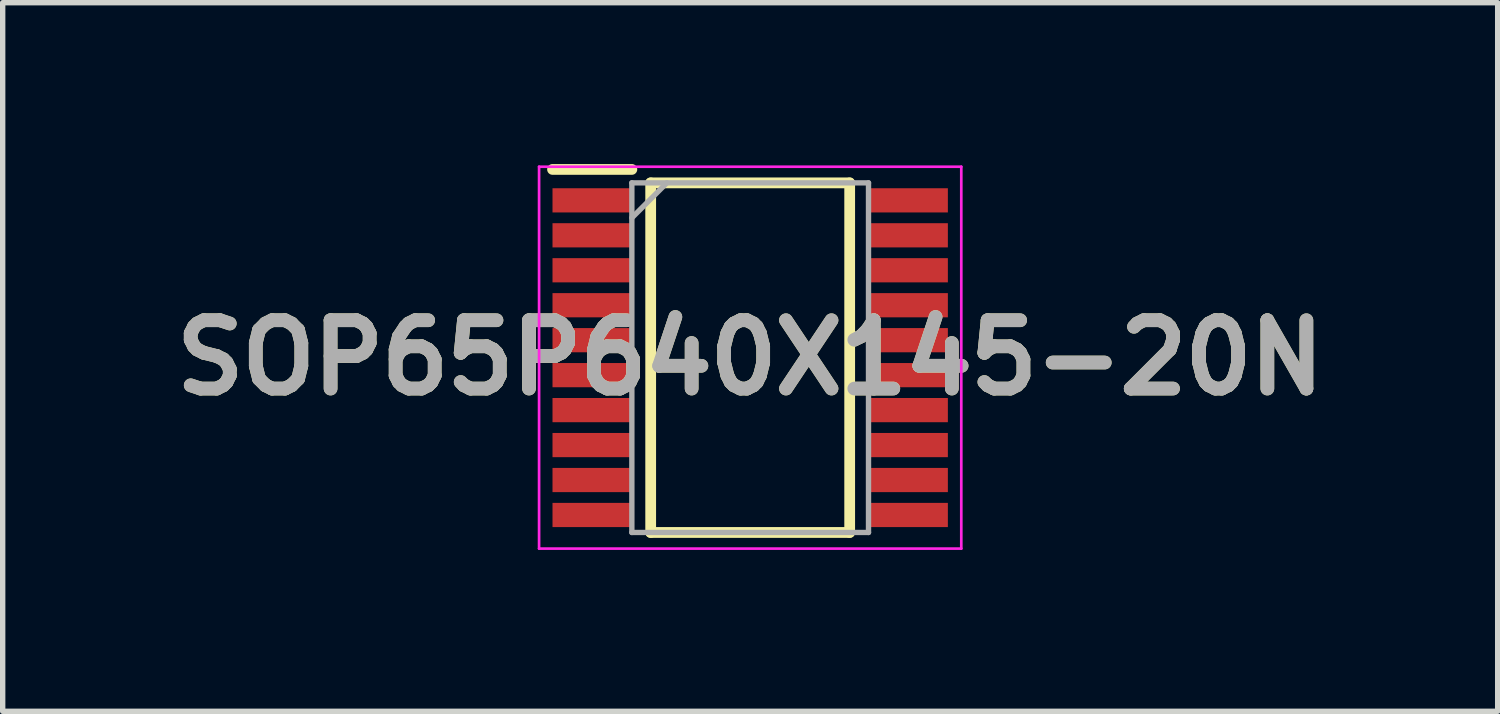
<source format=kicad_pcb>
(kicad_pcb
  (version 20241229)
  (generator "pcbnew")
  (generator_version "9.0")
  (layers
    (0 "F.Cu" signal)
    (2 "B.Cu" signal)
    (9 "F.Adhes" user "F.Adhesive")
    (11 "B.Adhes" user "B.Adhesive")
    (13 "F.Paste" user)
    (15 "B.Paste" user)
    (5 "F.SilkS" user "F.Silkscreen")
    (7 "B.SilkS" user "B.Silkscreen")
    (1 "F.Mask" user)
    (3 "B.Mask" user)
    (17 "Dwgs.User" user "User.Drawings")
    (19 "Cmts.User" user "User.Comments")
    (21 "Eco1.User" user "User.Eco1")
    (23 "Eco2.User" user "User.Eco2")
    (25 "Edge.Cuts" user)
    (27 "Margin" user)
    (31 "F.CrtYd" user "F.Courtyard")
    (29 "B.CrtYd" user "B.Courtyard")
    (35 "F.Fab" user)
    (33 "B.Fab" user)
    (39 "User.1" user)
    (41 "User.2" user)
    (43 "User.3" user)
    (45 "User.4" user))
  (footprint "SOP65P640X145-20N"
    (layer "F.Cu")
    (at 10.898 3.6)
    (property "Reference" "SOP65P640X145-20N" (at 0 0 0) (layer "F.SilkS") (effects (font (size 1.27 1.27) (thickness 0.254))))
    (attr smd)
    (fp_line (start -3.675 -3.5) (end -2.2 -3.5) (stroke (width 0.2) (type solid)) (layer "F.SilkS"))
    (fp_line (start -1.85 -3.25) (end 1.85 -3.25) (stroke (width 0.2) (type solid)) (layer "F.SilkS"))
    (fp_line (start -1.85 3.25) (end -1.85 -3.25) (stroke (width 0.2) (type solid)) (layer "F.SilkS"))
    (fp_line (start 1.85 -3.25) (end 1.85 3.25) (stroke (width 0.2) (type solid)) (layer "F.SilkS"))
    (fp_line (start 1.85 3.25) (end -1.85 3.25) (stroke (width 0.2) (type solid)) (layer "F.SilkS"))
    (fp_line (start -3.925 -3.55) (end 3.925 -3.55) (stroke (width 0.05) (type solid)) (layer "F.CrtYd"))
    (fp_line (start -3.925 3.55) (end -3.925 -3.55) (stroke (width 0.05) (type solid)) (layer "F.CrtYd"))
    (fp_line (start 3.925 -3.55) (end 3.925 3.55) (stroke (width 0.05) (type solid)) (layer "F.CrtYd"))
    (fp_line (start 3.925 3.55) (end -3.925 3.55) (stroke (width 0.05) (type solid)) (layer "F.CrtYd"))
    (fp_line (start -2.2 -3.25) (end 2.2 -3.25) (stroke (width 0.1) (type solid)) (layer "F.Fab"))
    (fp_line (start -2.2 -2.6) (end -1.55 -3.25) (stroke (width 0.1) (type solid)) (layer "F.Fab"))
    (fp_line (start -2.2 3.25) (end -2.2 -3.25) (stroke (width 0.1) (type solid)) (layer "F.Fab"))
    (fp_line (start 2.2 -3.25) (end 2.2 3.25) (stroke (width 0.1) (type solid)) (layer "F.Fab"))
    (fp_line (start 2.2 3.25) (end -2.2 3.25) (stroke (width 0.1) (type solid)) (layer "F.Fab"))
    (fp_text user "${REFERENCE}" (at 0 0 0) (layer "F.Fab") (effects (font (size 1.27 1.27) (thickness 0.254))))
    (pad "1" smd rect (at -2.938 -2.925 90) (size 0.45 1.475) (layers "F.Cu" "F.Mask" "F.Paste"))
    (pad "2" smd rect (at -2.938 -2.275 90) (size 0.45 1.475) (layers "F.Cu" "F.Mask" "F.Paste"))
    (pad "3" smd rect (at -2.938 -1.625 90) (size 0.45 1.475) (layers "F.Cu" "F.Mask" "F.Paste"))
    (pad "4" smd rect (at -2.938 -0.975 90) (size 0.45 1.475) (layers "F.Cu" "F.Mask" "F.Paste"))
    (pad "5" smd rect (at -2.938 -0.325 90) (size 0.45 1.475) (layers "F.Cu" "F.Mask" "F.Paste"))
    (pad "6" smd rect (at -2.938 0.325 90) (size 0.45 1.475) (layers "F.Cu" "F.Mask" "F.Paste"))
    (pad "7" smd rect (at -2.938 0.975 90) (size 0.45 1.475) (layers "F.Cu" "F.Mask" "F.Paste"))
    (pad "8" smd rect (at -2.938 1.625 90) (size 0.45 1.475) (layers "F.Cu" "F.Mask" "F.Paste"))
    (pad "9" smd rect (at -2.938 2.275 90) (size 0.45 1.475) (layers "F.Cu" "F.Mask" "F.Paste"))
    (pad "10" smd rect (at -2.938 2.925 90) (size 0.45 1.475) (layers "F.Cu" "F.Mask" "F.Paste"))
    (pad "11" smd rect (at 2.938 2.925 90) (size 0.45 1.475) (layers "F.Cu" "F.Mask" "F.Paste"))
    (pad "12" smd rect (at 2.938 2.275 90) (size 0.45 1.475) (layers "F.Cu" "F.Mask" "F.Paste"))
    (pad "13" smd rect (at 2.938 1.625 90) (size 0.45 1.475) (layers "F.Cu" "F.Mask" "F.Paste"))
    (pad "14" smd rect (at 2.938 0.975 90) (size 0.45 1.475) (layers "F.Cu" "F.Mask" "F.Paste"))
    (pad "15" smd rect (at 2.938 0.325 90) (size 0.45 1.475) (layers "F.Cu" "F.Mask" "F.Paste"))
    (pad "16" smd rect (at 2.938 -0.325 90) (size 0.45 1.475) (layers "F.Cu" "F.Mask" "F.Paste"))
    (pad "17" smd rect (at 2.938 -0.975 90) (size 0.45 1.475) (layers "F.Cu" "F.Mask" "F.Paste"))
    (pad "18" smd rect (at 2.938 -1.625 90) (size 0.45 1.475) (layers "F.Cu" "F.Mask" "F.Paste"))
    (pad "19" smd rect (at 2.938 -2.275 90) (size 0.45 1.475) (layers "F.Cu" "F.Mask" "F.Paste"))
    (pad "20" smd rect (at 2.938 -2.925 90) (size 0.45 1.475) (layers "F.Cu" "F.Mask" "F.Paste")))
  (gr_rect
    (start -3 -3)
    (end 24.796 10.175)
    (stroke (width 0.1) (type default))
    (fill no)
    (layer "Edge.Cuts")))
</source>
